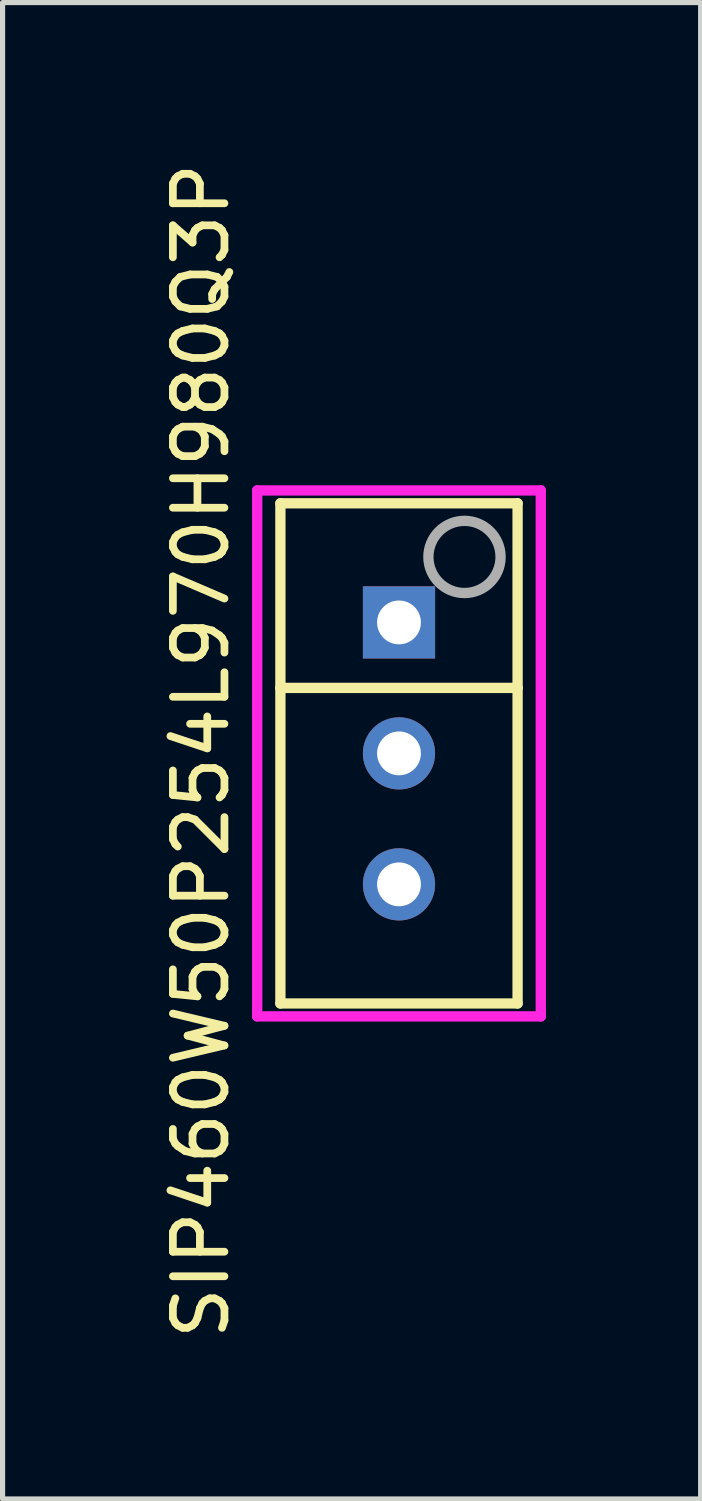
<source format=kicad_pcb>
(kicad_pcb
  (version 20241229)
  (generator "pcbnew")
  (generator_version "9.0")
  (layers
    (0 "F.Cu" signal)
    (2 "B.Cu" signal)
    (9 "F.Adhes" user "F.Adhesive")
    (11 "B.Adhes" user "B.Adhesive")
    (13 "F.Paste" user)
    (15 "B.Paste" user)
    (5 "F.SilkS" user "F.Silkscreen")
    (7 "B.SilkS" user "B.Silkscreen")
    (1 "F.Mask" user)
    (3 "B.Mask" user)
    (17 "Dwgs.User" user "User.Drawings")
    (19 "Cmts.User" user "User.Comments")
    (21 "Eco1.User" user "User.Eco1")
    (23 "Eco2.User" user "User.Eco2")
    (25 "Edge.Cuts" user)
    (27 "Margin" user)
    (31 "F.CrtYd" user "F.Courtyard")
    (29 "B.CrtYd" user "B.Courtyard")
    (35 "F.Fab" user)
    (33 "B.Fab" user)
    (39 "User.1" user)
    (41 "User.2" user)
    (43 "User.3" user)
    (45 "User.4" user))
  (footprint "SIP460W50P254L970H980Q3P"
    (layer "F.Cu")
    (at 4.688 11.561)
    (property "Reference" "SIP460W50P254L970H980Q3P" (at -3.84 -0.05 90) (layer "F.SilkS") (effects (font (size 1 1) (thickness 0.15))))
    (attr through_hole)
    (fp_line (start -2.3 -4.85) (end 2.3 -4.85) (stroke (width 0.2) (type solid)) (layer "F.SilkS"))
    (fp_line (start -2.3 -1.27) (end -2.3 -4.85) (stroke (width 0.2) (type solid)) (layer "F.SilkS"))
    (fp_line (start -2.3 -1.27) (end 2.3 -1.27) (stroke (width 0.2) (type solid)) (layer "F.SilkS"))
    (fp_line (start -2.3 4.85) (end -2.3 -1.27) (stroke (width 0.2) (type solid)) (layer "F.SilkS"))
    (fp_line (start 2.3 -4.85) (end 2.3 -1.27) (stroke (width 0.2) (type solid)) (layer "F.SilkS"))
    (fp_line (start 2.3 -1.27) (end 2.3 4.85) (stroke (width 0.2) (type solid)) (layer "F.SilkS"))
    (fp_line (start 2.3 4.85) (end -2.3 4.85) (stroke (width 0.2) (type solid)) (layer "F.SilkS"))
    (fp_line (start -2.75 -5.1) (end 2.75 -5.1) (stroke (width 0.2) (type solid)) (layer "F.CrtYd"))
    (fp_line (start -2.75 5.1) (end -2.75 -5.1) (stroke (width 0.2) (type solid)) (layer "F.CrtYd"))
    (fp_line (start 2.75 -5.1) (end 2.75 5.1) (stroke (width 0.2) (type solid)) (layer "F.CrtYd"))
    (fp_line (start 2.75 5.1) (end -2.75 5.1) (stroke (width 0.2) (type solid)) (layer "F.CrtYd"))
    (fp_circle (center 1.27 -3.81) (end 1.97 -3.81) (stroke (width 0.2) (type solid)) (fill no) (layer "F.Fab"))
    (pad "1" thru_hole rect (at 0 -2.54) (size 1.4 1.4) (drill 0.85) (layers "*.Cu" "*.Mask"))
    (pad "2" thru_hole circle (at 0 0) (size 1.4 1.4) (drill 0.85) (layers "*.Cu" "*.Mask"))
    (pad "3" thru_hole circle (at 0 2.54) (size 1.4 1.4) (drill 0.85) (layers "*.Cu" "*.Mask")))
  (gr_rect
    (start -3 -3)
    (end 10.538 26.021)
    (stroke (width 0.1) (type default))
    (fill no)
    (layer "Edge.Cuts")))
</source>
